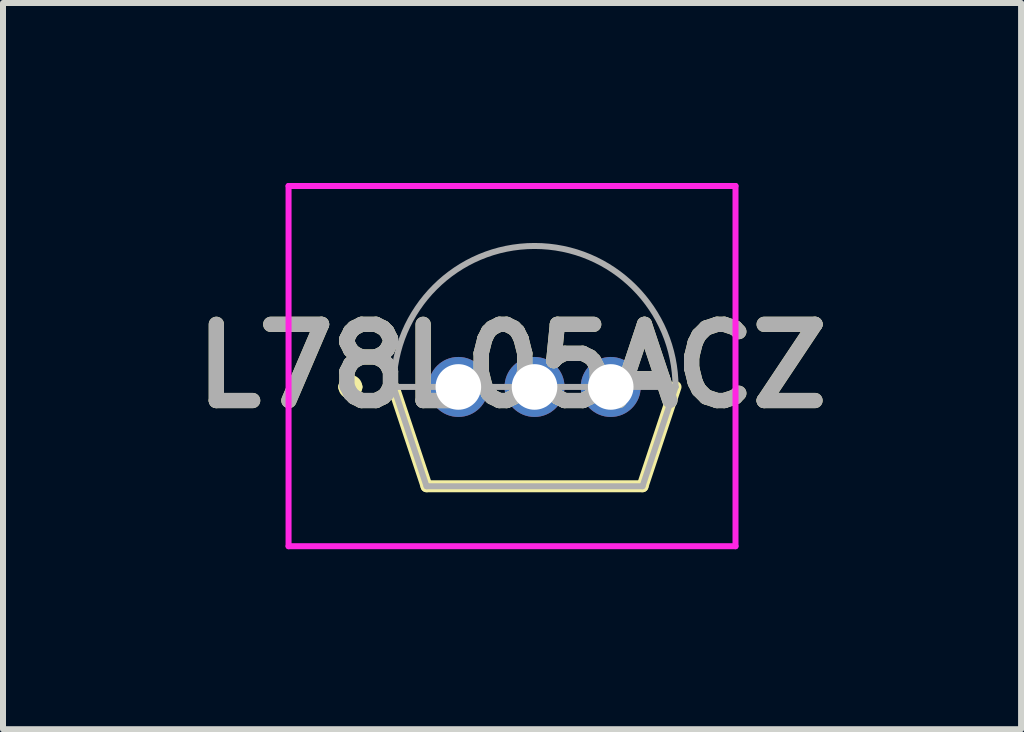
<source format=kicad_pcb>
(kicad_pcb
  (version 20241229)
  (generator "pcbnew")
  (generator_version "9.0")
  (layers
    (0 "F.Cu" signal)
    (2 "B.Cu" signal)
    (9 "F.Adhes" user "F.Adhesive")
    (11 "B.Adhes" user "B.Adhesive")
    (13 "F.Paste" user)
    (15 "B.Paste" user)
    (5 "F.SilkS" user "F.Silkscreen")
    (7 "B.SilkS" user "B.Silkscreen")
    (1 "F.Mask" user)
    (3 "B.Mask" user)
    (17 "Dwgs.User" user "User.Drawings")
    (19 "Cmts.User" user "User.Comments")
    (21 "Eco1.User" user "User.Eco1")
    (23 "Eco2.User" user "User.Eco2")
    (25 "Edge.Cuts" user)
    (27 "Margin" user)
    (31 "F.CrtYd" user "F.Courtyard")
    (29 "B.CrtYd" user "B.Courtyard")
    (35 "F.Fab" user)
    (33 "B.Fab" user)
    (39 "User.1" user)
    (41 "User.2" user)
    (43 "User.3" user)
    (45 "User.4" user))
  (footprint "L78L05ACZ"
    (layer "F.Cu")
    (at 4.59 3.4)
    (property "Reference" "L78L05ACZ" (at 0.895 -0.348 0) (layer "F.SilkS") (effects (font (size 1.27 1.27) (thickness 0.254))))
    (attr through_hole)
    (fp_line (start -1.9 0) (end -1.9 0) (stroke (width 0.2) (type solid)) (layer "F.SilkS"))
    (fp_line (start -1.7 0) (end -1.7 0) (stroke (width 0.2) (type solid)) (layer "F.SilkS"))
    (fp_line (start -1.08 0) (end -0.53 1.655) (stroke (width 0.2) (type solid)) (layer "F.SilkS"))
    (fp_line (start -0.53 1.655) (end 3.07 1.655) (stroke (width 0.2) (type solid)) (layer "F.SilkS"))
    (fp_line (start 3.07 1.655) (end 3.62 0) (stroke (width 0.2) (type solid)) (layer "F.SilkS"))
    (fp_arc (start -1.9 0) (mid -1.8 -0.1) (end -1.7 0) (stroke (width 0.2) (type solid)) (layer "F.SilkS"))
    (fp_arc (start -1.7 0) (mid -1.8 0.1) (end -1.9 0) (stroke (width 0.2) (type solid)) (layer "F.SilkS"))
    (fp_line (start -2.83 -3.35) (end 4.62 -3.35) (stroke (width 0.1) (type solid)) (layer "F.CrtYd"))
    (fp_line (start -2.83 2.655) (end -2.83 -3.35) (stroke (width 0.1) (type solid)) (layer "F.CrtYd"))
    (fp_line (start 4.62 -3.35) (end 4.62 2.655) (stroke (width 0.1) (type solid)) (layer "F.CrtYd"))
    (fp_line (start 4.62 2.655) (end -2.83 2.655) (stroke (width 0.1) (type solid)) (layer "F.CrtYd"))
    (fp_line (start -1.08 0) (end -0.53 1.655) (stroke (width 0.1) (type solid)) (layer "F.Fab"))
    (fp_line (start -1.08 0) (end 3.62 0) (stroke (width 0.1) (type solid)) (layer "F.Fab"))
    (fp_line (start 3.07 1.655) (end -0.53 1.655) (stroke (width 0.1) (type solid)) (layer "F.Fab"))
    (fp_line (start 3.62 0) (end 3.07 1.655) (stroke (width 0.1) (type solid)) (layer "F.Fab"))
    (fp_line (start 3.62 0) (end 3.62 0) (stroke (width 0.1) (type solid)) (layer "F.Fab"))
    (fp_arc (start -1.08 0) (mid 1.27 -2.35) (end 3.62 0) (stroke (width 0.1) (type solid)) (layer "F.Fab"))
    (fp_text user "${REFERENCE}" (at 0.895 -0.348 0) (layer "F.Fab") (effects (font (size 1.27 1.27) (thickness 0.254))))
    (pad "1" thru_hole circle (at 0 0) (size 1 1) (drill 0.76) (layers "*.Cu" "*.Mask"))
    (pad "2" thru_hole circle (at 1.27 0) (size 1 1) (drill 0.76) (layers "*.Cu" "*.Mask"))
    (pad "3" thru_hole circle (at 2.54 0) (size 1 1) (drill 0.76) (layers "*.Cu" "*.Mask")))
  (gr_rect
    (start -3 -3)
    (end 13.97 9.105)
    (stroke (width 0.1) (type default))
    (fill no)
    (layer "Edge.Cuts")))
</source>
